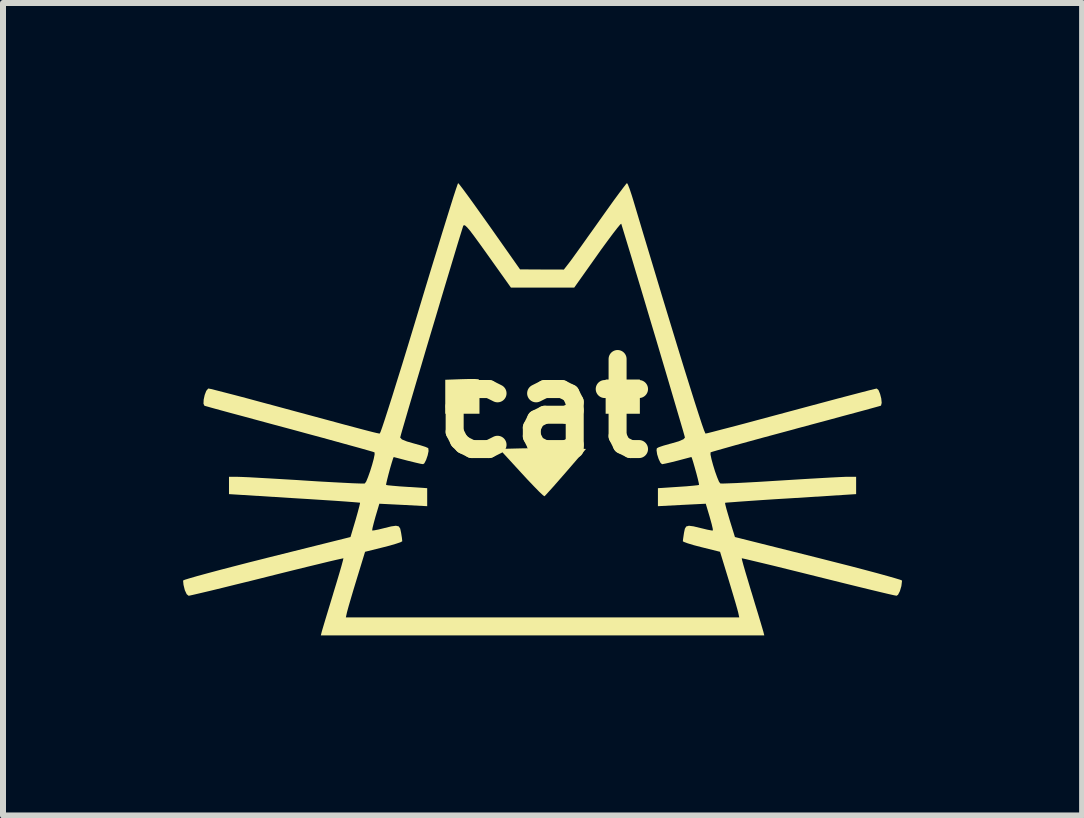
<source format=kicad_pcb>
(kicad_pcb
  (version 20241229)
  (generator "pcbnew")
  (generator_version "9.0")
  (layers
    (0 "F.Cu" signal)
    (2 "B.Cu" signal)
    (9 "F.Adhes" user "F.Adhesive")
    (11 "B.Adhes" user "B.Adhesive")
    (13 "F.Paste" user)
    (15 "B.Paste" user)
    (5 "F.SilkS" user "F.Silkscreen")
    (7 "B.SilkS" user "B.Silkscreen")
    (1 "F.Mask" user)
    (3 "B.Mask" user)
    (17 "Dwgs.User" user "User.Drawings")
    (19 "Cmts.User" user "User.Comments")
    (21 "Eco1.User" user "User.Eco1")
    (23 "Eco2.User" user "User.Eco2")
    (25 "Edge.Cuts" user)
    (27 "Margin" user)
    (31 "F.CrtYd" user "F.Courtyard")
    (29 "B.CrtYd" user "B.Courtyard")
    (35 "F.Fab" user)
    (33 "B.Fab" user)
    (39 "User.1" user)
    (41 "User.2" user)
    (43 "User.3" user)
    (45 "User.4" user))
  (footprint "cat"
    (layer "F.Cu")
    (at 5.989 3.753)
    (property "Reference" "cat" (at 0 0 0) (layer "F.SilkS") (effects (font (size 1.5 1.5) (thickness 0.3))))
    (attr board_only exclude_from_pos_files exclude_from_bom)
    (fp_poly (pts (xy 1.621 -0.195) (xy 1.621 0.09) (xy 1.336 0.09) (xy 1.051 0.09) (xy 1.051 -0.195) (xy 1.051 -0.48) (xy 1.336 -0.48) (xy 1.621 -0.48)) (stroke (width 0) (type solid)) (fill yes) (layer "F.SilkS"))
    (fp_poly (pts (xy -1.13 -0.489) (xy -1.073 -0.485) (xy -1.063 -0.483) (xy -1.058 -0.449) (xy -1.054 -0.37) (xy -1.051 -0.258) (xy -1.051 -0.19) (xy -1.051 0.09) (xy -1.336 0.09) (xy -1.621 0.09) (xy -1.621 -0.193) (xy -1.621 -0.476) (xy -1.348 -0.486) (xy -1.227 -0.489)) (stroke (width 0) (type solid)) (fill yes) (layer "F.SilkS"))
    (fp_poly (pts (xy 0.259 0.665) (xy 0.362 0.667) (xy 0.724 0.676) (xy 0.388 1.066) (xy 0.276 1.194) (xy 0.178 1.306) (xy 0.099 1.393) (xy 0.048 1.449) (xy 0.031 1.465) (xy 0.005 1.446) (xy -0.055 1.39) (xy -0.14 1.303) (xy -0.246 1.192) (xy -0.355 1.074) (xy -0.72 0.676) (xy -0.36 0.667) (xy -0.169 0.664) (xy 0.049 0.664)) (stroke (width 0) (type solid)) (fill yes) (layer "F.SilkS"))
    (fp_poly (pts (xy 1.423 -3.726) (xy 1.451 -3.654) (xy 1.486 -3.549) (xy 1.509 -3.475) (xy 1.679 -2.906) (xy 1.839 -2.376) (xy 1.986 -1.887) (xy 2.122 -1.44) (xy 2.245 -1.037) (xy 2.355 -0.679) (xy 2.452 -0.369) (xy 2.534 -0.108) (xy 2.602 0.103) (xy 2.654 0.262) (xy 2.691 0.367) (xy 2.712 0.416) (xy 2.716 0.42) (xy 2.751 0.413) (xy 2.838 0.391) (xy 2.971 0.356) (xy 3.145 0.311) (xy 3.354 0.256) (xy 3.592 0.192) (xy 3.853 0.122) (xy 4.132 0.047) (xy 4.14 0.045) (xy 4.419 -0.03) (xy 4.681 -0.1) (xy 4.92 -0.164) (xy 5.13 -0.219) (xy 5.306 -0.265) (xy 5.441 -0.3) (xy 5.53 -0.322) (xy 5.567 -0.33) (xy 5.567 -0.33) (xy 5.597 -0.304) (xy 5.623 -0.241) (xy 5.643 -0.163) (xy 5.65 -0.091) (xy 5.639 -0.047) (xy 5.633 -0.043) (xy 5.598 -0.033) (xy 5.511 -0.009) (xy 5.377 0.028) (xy 5.203 0.075) (xy 4.994 0.131) (xy 4.756 0.196) (xy 4.494 0.266) (xy 4.215 0.341) (xy 4.207 0.344) (xy 3.928 0.419) (xy 3.668 0.489) (xy 3.431 0.554) (xy 3.223 0.611) (xy 3.05 0.66) (xy 2.919 0.697) (xy 2.833 0.722) (xy 2.8 0.733) (xy 2.799 0.733) (xy 2.798 0.77) (xy 2.814 0.846) (xy 2.841 0.945) (xy 2.874 1.052) (xy 2.909 1.149) (xy 2.939 1.221) (xy 2.961 1.251) (xy 2.998 1.253) (xy 3.088 1.25) (xy 3.223 1.245) (xy 3.396 1.236) (xy 3.599 1.225) (xy 3.824 1.211) (xy 3.955 1.203) (xy 4.197 1.188) (xy 4.426 1.174) (xy 4.635 1.162) (xy 4.813 1.152) (xy 4.953 1.145) (xy 5.045 1.141) (xy 5.07 1.141) (xy 5.224 1.141) (xy 5.224 1.285) (xy 5.224 1.429) (xy 4.136 1.498) (xy 3.887 1.513) (xy 3.657 1.528) (xy 3.454 1.542) (xy 3.284 1.554) (xy 3.154 1.564) (xy 3.07 1.57) (xy 3.04 1.574) (xy 3.045 1.604) (xy 3.064 1.679) (xy 3.095 1.785) (xy 3.118 1.863) (xy 3.205 2.144) (xy 4.597 2.493) (xy 4.876 2.564) (xy 5.136 2.63) (xy 5.372 2.692) (xy 5.578 2.747) (xy 5.748 2.794) (xy 5.877 2.831) (xy 5.959 2.856) (xy 5.989 2.869) (xy 5.989 2.87) (xy 5.978 2.961) (xy 5.953 3.046) (xy 5.922 3.106) (xy 5.898 3.122) (xy 5.86 3.115) (xy 5.77 3.095) (xy 5.635 3.063) (xy 5.46 3.021) (xy 5.251 2.97) (xy 5.015 2.912) (xy 4.758 2.848) (xy 4.589 2.806) (xy 4.324 2.74) (xy 4.077 2.679) (xy 3.855 2.624) (xy 3.663 2.578) (xy 3.508 2.541) (xy 3.395 2.514) (xy 3.331 2.5) (xy 3.318 2.498) (xy 3.324 2.528) (xy 3.345 2.607) (xy 3.379 2.725) (xy 3.424 2.875) (xy 3.475 3.046) (xy 3.485 3.077) (xy 3.539 3.257) (xy 3.589 3.42) (xy 3.63 3.557) (xy 3.66 3.658) (xy 3.676 3.713) (xy 3.677 3.715) (xy 3.694 3.783) (xy 0 3.783) (xy -3.694 3.783) (xy -3.677 3.715) (xy -3.663 3.667) (xy -3.634 3.57) (xy -3.608 3.483) (xy -3.277 3.483) (xy 0 3.483) (xy 3.277 3.483) (xy 3.259 3.4) (xy 3.244 3.344) (xy 3.215 3.242) (xy 3.175 3.107) (xy 3.128 2.95) (xy 3.099 2.854) (xy 2.957 2.39) (xy 2.648 2.313) (xy 2.521 2.28) (xy 2.419 2.249) (xy 2.354 2.225) (xy 2.337 2.214) (xy 2.342 2.172) (xy 2.353 2.096) (xy 2.357 2.071) (xy 2.371 2.005) (xy 2.394 1.968) (xy 2.439 1.956) (xy 2.516 1.966) (xy 2.639 1.996) (xy 2.649 1.998) (xy 2.744 2.021) (xy 2.813 2.034) (xy 2.838 2.035) (xy 2.835 2.004) (xy 2.818 1.93) (xy 2.79 1.829) (xy 2.784 1.807) (xy 2.719 1.589) (xy 2.32 1.609) (xy 1.922 1.63) (xy 1.922 1.48) (xy 1.922 1.33) (xy 2.259 1.308) (xy 2.394 1.299) (xy 2.506 1.289) (xy 2.581 1.281) (xy 2.607 1.276) (xy 2.603 1.246) (xy 2.587 1.177) (xy 2.563 1.084) (xy 2.535 0.984) (xy 2.509 0.894) (xy 2.489 0.831) (xy 2.48 0.811) (xy 2.452 0.818) (xy 2.38 0.837) (xy 2.278 0.864) (xy 2.252 0.871) (xy 2.14 0.899) (xy 2.048 0.92) (xy 1.995 0.93) (xy 1.99 0.93) (xy 1.963 0.905) (xy 1.933 0.842) (xy 1.909 0.766) (xy 1.899 0.698) (xy 1.904 0.665) (xy 1.938 0.647) (xy 2.015 0.621) (xy 2.121 0.591) (xy 2.145 0.585) (xy 2.269 0.549) (xy 2.347 0.515) (xy 2.372 0.488) (xy 2.364 0.456) (xy 2.34 0.371) (xy 2.302 0.241) (xy 2.252 0.072) (xy 2.192 -0.132) (xy 2.124 -0.363) (xy 2.049 -0.617) (xy 1.969 -0.886) (xy 1.886 -1.166) (xy 1.801 -1.449) (xy 1.717 -1.731) (xy 1.635 -2.006) (xy 1.556 -2.267) (xy 1.484 -2.508) (xy 1.418 -2.724) (xy 1.362 -2.908) (xy 1.317 -3.056) (xy 1.311 -3.076) (xy 1.292 -3.061) (xy 1.244 -3.003) (xy 1.171 -2.909) (xy 1.079 -2.785) (xy 0.972 -2.639) (xy 0.915 -2.558) (xy 0.528 -2.012) (xy 0.000366 -2.012) (xy -0.527 -2.012) (xy -0.915 -2.557) (xy -1.041 -2.733) (xy -1.138 -2.866) (xy -1.208 -2.959) (xy -1.258 -3.017) (xy -1.291 -3.047) (xy -1.311 -3.052) (xy -1.323 -3.037) (xy -1.325 -3.03) (xy -1.363 -2.908) (xy -1.413 -2.746) (xy -1.472 -2.55) (xy -1.54 -2.324) (xy -1.615 -2.076) (xy -1.694 -1.812) (xy -1.776 -1.536) (xy -1.86 -1.256) (xy -1.943 -0.978) (xy -2.023 -0.706) (xy -2.1 -0.448) (xy -2.17 -0.21) (xy -2.233 0.003) (xy -2.286 0.185) (xy -2.328 0.329) (xy -2.357 0.43) (xy -2.371 0.482) (xy -2.372 0.487) (xy -2.343 0.518) (xy -2.259 0.552) (xy -2.145 0.585) (xy -2.036 0.615) (xy -1.951 0.642) (xy -1.906 0.662) (xy -1.904 0.665) (xy -1.899 0.711) (xy -1.914 0.783) (xy -1.94 0.859) (xy -1.969 0.915) (xy -1.99 0.93) (xy -2.035 0.923) (xy -2.121 0.903) (xy -2.231 0.876) (xy -2.252 0.871) (xy -2.358 0.843) (xy -2.439 0.822) (xy -2.478 0.812) (xy -2.48 0.811) (xy -2.491 0.837) (xy -2.512 0.904) (xy -2.539 0.996) (xy -2.566 1.096) (xy -2.589 1.187) (xy -2.604 1.252) (xy -2.607 1.276) (xy -2.575 1.282) (xy -2.495 1.29) (xy -2.38 1.3) (xy -2.259 1.308) (xy -1.922 1.33) (xy -1.922 1.48) (xy -1.922 1.63) (xy -2.32 1.609) (xy -2.719 1.589) (xy -2.784 1.807) (xy -2.813 1.913) (xy -2.833 1.993) (xy -2.839 2.033) (xy -2.838 2.035) (xy -2.807 2.033) (xy -2.734 2.019) (xy -2.649 1.998) (xy -2.523 1.967) (xy -2.443 1.956) (xy -2.397 1.966) (xy -2.372 2.002) (xy -2.358 2.066) (xy -2.357 2.071) (xy -2.344 2.152) (xy -2.338 2.207) (xy -2.337 2.214) (xy -2.365 2.23) (xy -2.439 2.255) (xy -2.547 2.287) (xy -2.648 2.313) (xy -2.957 2.39) (xy -3.099 2.854) (xy -3.149 3.018) (xy -3.193 3.167) (xy -3.229 3.29) (xy -3.252 3.374) (xy -3.259 3.4) (xy -3.277 3.483) (xy -3.608 3.483) (xy -3.594 3.437) (xy -3.545 3.276) (xy -3.491 3.098) (xy -3.485 3.077) (xy -3.432 2.903) (xy -3.386 2.749) (xy -3.35 2.625) (xy -3.327 2.539) (xy -3.318 2.5) (xy -3.318 2.498) (xy -3.347 2.504) (xy -3.429 2.522) (xy -3.558 2.552) (xy -3.726 2.593) (xy -3.929 2.642) (xy -4.16 2.699) (xy -4.414 2.762) (xy -4.589 2.806) (xy -4.856 2.873) (xy -5.106 2.934) (xy -5.332 2.99) (xy -5.529 3.038) (xy -5.69 3.076) (xy -5.81 3.104) (xy -5.881 3.12) (xy -5.898 3.122) (xy -5.929 3.096) (xy -5.96 3.029) (xy -5.982 2.94) (xy -5.989 2.869) (xy -5.961 2.856) (xy -5.88 2.831) (xy -5.752 2.794) (xy -5.583 2.748) (xy -5.378 2.693) (xy -5.143 2.632) (xy -4.884 2.565) (xy -4.605 2.495) (xy -4.595 2.492) (xy -3.2 2.144) (xy -3.116 1.862) (xy -3.082 1.742) (xy -3.056 1.645) (xy -3.042 1.586) (xy -3.041 1.572) (xy -3.072 1.569) (xy -3.156 1.562) (xy -3.287 1.552) (xy -3.457 1.54) (xy -3.66 1.527) (xy -3.89 1.512) (xy -4.137 1.497) (xy -5.224 1.429) (xy -5.224 1.285) (xy -5.224 1.141) (xy -5.076 1.141) (xy -5.01 1.143) (xy -4.892 1.148) (xy -4.732 1.157) (xy -4.537 1.168) (xy -4.317 1.181) (xy -4.08 1.195) (xy -3.962 1.203) (xy -3.726 1.218) (xy -3.509 1.23) (xy -3.318 1.24) (xy -3.16 1.248) (xy -3.044 1.252) (xy -2.975 1.253) (xy -2.961 1.251) (xy -2.938 1.219) (xy -2.908 1.146) (xy -2.873 1.048) (xy -2.84 0.942) (xy -2.813 0.843) (xy -2.798 0.768) (xy -2.799 0.734) (xy -2.83 0.723) (xy -2.913 0.699) (xy -3.043 0.662) (xy -3.214 0.615) (xy -3.421 0.558) (xy -3.656 0.493) (xy -3.916 0.423) (xy -4.194 0.347) (xy -4.206 0.344) (xy -4.486 0.269) (xy -4.748 0.198) (xy -4.987 0.133) (xy -5.197 0.077) (xy -5.373 0.029) (xy -5.508 -0.008) (xy -5.596 -0.033) (xy -5.633 -0.043) (xy -5.633 -0.043) (xy -5.649 -0.077) (xy -5.646 -0.144) (xy -5.629 -0.223) (xy -5.603 -0.291) (xy -5.572 -0.328) (xy -5.565 -0.33) (xy -5.528 -0.323) (xy -5.439 -0.301) (xy -5.307 -0.267) (xy -5.136 -0.223) (xy -4.935 -0.17) (xy -4.71 -0.109) (xy -4.482 -0.048) (xy -4.116 0.051) (xy -3.804 0.135) (xy -3.541 0.206) (xy -3.324 0.265) (xy -3.147 0.312) (xy -3.008 0.349) (xy -2.901 0.377) (xy -2.823 0.397) (xy -2.768 0.41) (xy -2.734 0.417) (xy -2.716 0.42) (xy -2.713 0.42) (xy -2.699 0.392) (xy -2.67 0.311) (xy -2.627 0.182) (xy -2.571 0.008) (xy -2.503 -0.205) (xy -2.426 -0.453) (xy -2.339 -0.731) (xy -2.246 -1.035) (xy -2.147 -1.361) (xy -2.055 -1.666) (xy -1.952 -2.007) (xy -1.854 -2.33) (xy -1.761 -2.632) (xy -1.677 -2.907) (xy -1.601 -3.152) (xy -1.536 -3.361) (xy -1.483 -3.53) (xy -1.442 -3.655) (xy -1.416 -3.73) (xy -1.407 -3.753) (xy -1.385 -3.729) (xy -1.334 -3.663) (xy -1.257 -3.559) (xy -1.159 -3.424) (xy -1.045 -3.264) (xy -0.918 -3.086) (xy -0.881 -3.034) (xy -0.375 -2.315) (xy -0.01 -2.313) (xy 0.355 -2.312) (xy 0.442 -2.424) (xy 0.484 -2.48) (xy 0.554 -2.577) (xy 0.647 -2.706) (xy 0.756 -2.86) (xy 0.877 -3.029) (xy 0.959 -3.145) (xy 1.078 -3.312) (xy 1.185 -3.462) (xy 1.277 -3.587) (xy 1.348 -3.681) (xy 1.393 -3.739) (xy 1.407 -3.753)) (stroke (width 0) (type solid)) (fill yes) (layer "F.SilkS")))
  (gr_rect
    (start -3 -3)
    (end 14.978 10.536)
    (stroke (width 0.1) (type default))
    (fill no)
    (layer "Edge.Cuts")))
</source>
